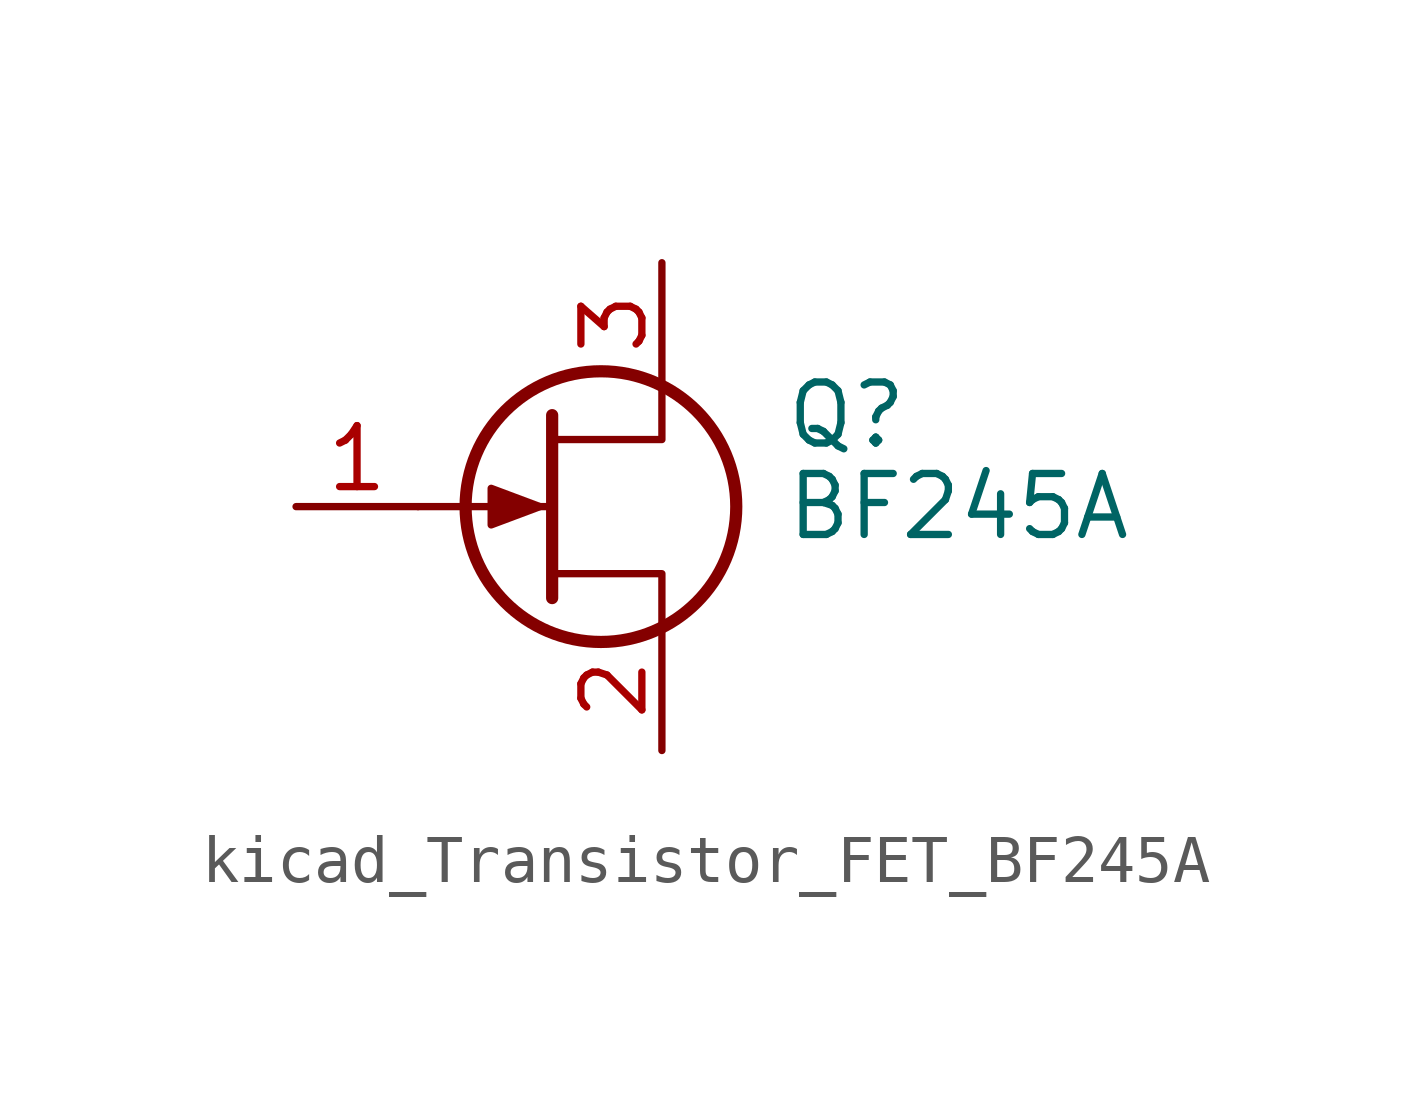
<source format=kicad_sym>
(kicad_symbol_lib
  (version 20220914)
  (generator kicad_symbol_editor)
  (symbol "kicad_Transistor_FET_BF245A"
    (pin_names hide)
    (property "Reference" "Q"
      (at 5.08 1.905 0)
      (effects (font (size 1.27 1.27)) (justify left)))
    (property "Value" "BF245A"
      (at 5.08 0 0)
      (effects (font (size 1.27 1.27)) (justify left)))
    (symbol "kicad_Transistor_FET_BF245A_0_1"
      (polyline (pts (xy 0.254 0) (xy -2.54 0)) (stroke (width 0) (type default)) (fill (type none)))
      (polyline (pts (xy 0.254 1.905) (xy 0.254 -1.905)) (stroke (width 0.254) (type default)) (fill (type none)))
      (polyline (pts (xy 2.54 -2.54) (xy 2.54 -1.397) (xy 0.254 -1.397)) (stroke (width 0) (type default)) (fill (type none)))
      (polyline (pts (xy 2.54 2.54) (xy 2.54 1.397) (xy 0.254 1.397)) (stroke (width 0) (type default)) (fill (type none)))
      (polyline (pts (xy 0 0) (xy -1.016 0.381) (xy -1.016 -0.381) (xy 0 0)) (stroke (width 0) (type default)) (fill (type outline)))
      (circle (center 1.27 0) (radius 2.819) (stroke (width 0.254) (type default)) (fill (type none))))
    (symbol "kicad_Transistor_FET_BF245A_1_1"
      (pin input line (at -5.08 0 0) (length 2.54) (name "G" (effects (font (size 1.27 1.27)))) (number "1" (effects (font (size 1.27 1.27)))))
      (pin passive line (at 2.54 -5.08 90) (length 2.54) (name "S" (effects (font (size 1.27 1.27)))) (number "2" (effects (font (size 1.27 1.27)))))
      (pin passive line (at 2.54 5.08 270) (length 2.54) (name "D" (effects (font (size 1.27 1.27)))) (number "3" (effects (font (size 1.27 1.27))))))))
</source>
